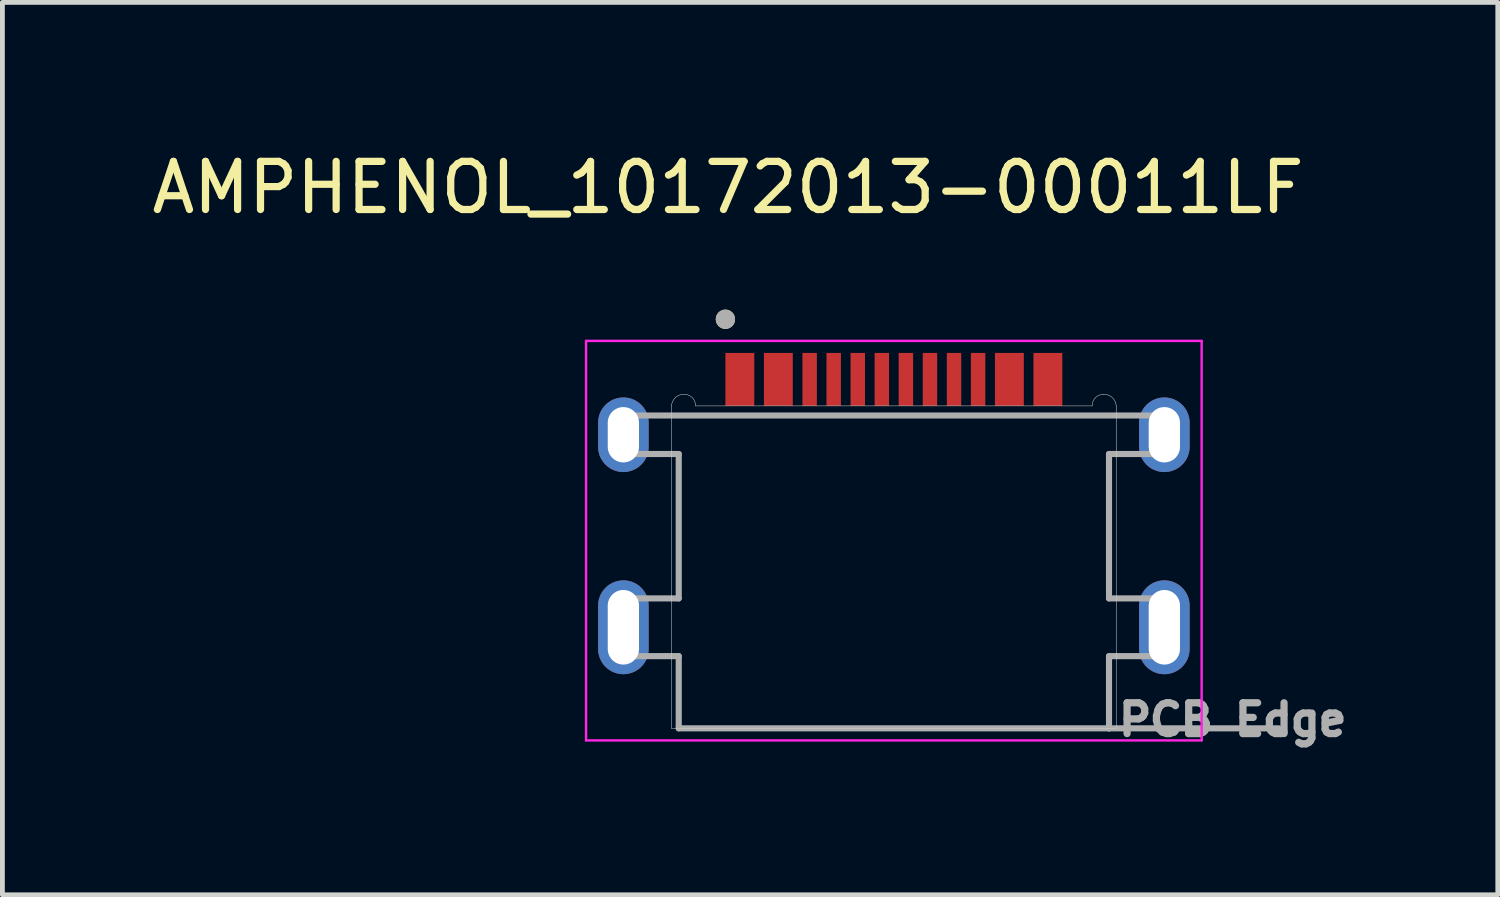
<source format=kicad_pcb>
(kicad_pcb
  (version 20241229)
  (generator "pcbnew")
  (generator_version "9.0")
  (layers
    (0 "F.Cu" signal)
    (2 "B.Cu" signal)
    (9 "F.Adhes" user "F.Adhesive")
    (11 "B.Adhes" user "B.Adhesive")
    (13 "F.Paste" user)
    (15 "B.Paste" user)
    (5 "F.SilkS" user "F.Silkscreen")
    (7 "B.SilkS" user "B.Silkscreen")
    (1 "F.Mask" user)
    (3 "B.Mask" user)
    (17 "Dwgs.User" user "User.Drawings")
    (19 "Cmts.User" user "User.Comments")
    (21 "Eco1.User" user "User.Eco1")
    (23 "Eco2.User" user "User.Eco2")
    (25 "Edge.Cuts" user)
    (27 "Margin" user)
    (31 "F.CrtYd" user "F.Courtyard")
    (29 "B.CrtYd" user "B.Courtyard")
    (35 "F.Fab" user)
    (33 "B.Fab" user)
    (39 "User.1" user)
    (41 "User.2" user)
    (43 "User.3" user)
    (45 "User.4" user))
  (footprint "AMPHENOL_10172013-00011LF"
    (layer "F.Cu")
    (at 15.522 9.983)
    (property "Reference" "AMPHENOL_10172013-00011LF" (at -3.445 -9.135 0) (layer "F.SilkS") (effects (font (size 1 1) (thickness 0.15))))
    (attr smd)
    (fp_circle (center -3.5 -6.4) (end -3.4 -6.4) (stroke (width 0.2) (type solid)) (fill no) (layer "F.SilkS"))
    (fp_line (start -4.62 2.1) (end -4.62 -4.6) (stroke (width 0.01) (type solid)) (layer "Edge.Cuts"))
    (fp_line (start -4.12 -4.6) (end 4.12 -4.6) (stroke (width 0.01) (type solid)) (layer "Edge.Cuts"))
    (fp_line (start 4.62 -4.6) (end 4.62 2.1) (stroke (width 0.01) (type solid)) (layer "Edge.Cuts"))
    (fp_line (start 4.62 2.1) (end -4.62 2.1) (stroke (width 0.01) (type solid)) (layer "Edge.Cuts"))
    (fp_arc (start -4.62 -4.6) (mid -4.534706 -4.775919) (end -4.35 -4.84) (stroke (width 0.01) (type solid)) (layer "Edge.Cuts"))
    (fp_arc (start -4.35 -4.84) (mid -4.185294 -4.767635) (end -4.12 -4.6) (stroke (width 0.01) (type solid)) (layer "Edge.Cuts"))
    (fp_arc (start 4.12 -4.6) (mid 4.185294 -4.767635) (end 4.35 -4.84) (stroke (width 0.01) (type solid)) (layer "Edge.Cuts"))
    (fp_arc (start 4.35 -4.84) (mid 4.534706 -4.775919) (end 4.62 -4.6) (stroke (width 0.01) (type solid)) (layer "Edge.Cuts"))
    (fp_line (start -6.395 -5.95) (end -6.395 2.35) (stroke (width 0.05) (type solid)) (layer "F.CrtYd"))
    (fp_line (start -6.395 2.35) (end 6.395 2.35) (stroke (width 0.05) (type solid)) (layer "F.CrtYd"))
    (fp_line (start 6.395 -5.95) (end -6.395 -5.95) (stroke (width 0.05) (type solid)) (layer "F.CrtYd"))
    (fp_line (start 6.395 2.35) (end 6.395 -5.95) (stroke (width 0.05) (type solid)) (layer "F.CrtYd"))
    (fp_line (start -5.62 -4.4) (end 5.62 -4.4) (stroke (width 0.127) (type solid)) (layer "F.Fab"))
    (fp_line (start -5.62 -3.6) (end -5.62 -4.4) (stroke (width 0.127) (type solid)) (layer "F.Fab"))
    (fp_line (start -5.62 -0.6) (end -4.47 -0.6) (stroke (width 0.127) (type solid)) (layer "F.Fab"))
    (fp_line (start -5.62 0.6) (end -5.62 -0.6) (stroke (width 0.127) (type solid)) (layer "F.Fab"))
    (fp_line (start -4.47 -3.6) (end -5.62 -3.6) (stroke (width 0.127) (type solid)) (layer "F.Fab"))
    (fp_line (start -4.47 -0.6) (end -4.47 -3.6) (stroke (width 0.127) (type solid)) (layer "F.Fab"))
    (fp_line (start -4.47 0.6) (end -5.62 0.6) (stroke (width 0.127) (type solid)) (layer "F.Fab"))
    (fp_line (start -4.47 2.1) (end -4.47 0.6) (stroke (width 0.127) (type solid)) (layer "F.Fab"))
    (fp_line (start -4.47 2.1) (end 4.47 2.1) (stroke (width 0.127) (type solid)) (layer "F.Fab"))
    (fp_line (start 4.47 -3.6) (end 4.47 -0.6) (stroke (width 0.127) (type solid)) (layer "F.Fab"))
    (fp_line (start 4.47 -0.6) (end 5.62 -0.6) (stroke (width 0.127) (type solid)) (layer "F.Fab"))
    (fp_line (start 4.47 0.6) (end 4.47 2.1) (stroke (width 0.127) (type solid)) (layer "F.Fab"))
    (fp_line (start 4.47 2.1) (end 8 2.1) (stroke (width 0.127) (type solid)) (layer "F.Fab"))
    (fp_line (start 5.62 -4.4) (end 5.62 -3.6) (stroke (width 0.127) (type solid)) (layer "F.Fab"))
    (fp_line (start 5.62 -3.6) (end 4.47 -3.6) (stroke (width 0.127) (type solid)) (layer "F.Fab"))
    (fp_line (start 5.62 0.6) (end 4.47 0.6) (stroke (width 0.127) (type solid)) (layer "F.Fab"))
    (fp_circle (center -3.5 -6.4) (end -3.4 -6.4) (stroke (width 0.2) (type solid)) (fill no) (layer "F.Fab"))
    (fp_text user "PCB Edge" (at 7.04 1.92 0) (layer "F.Fab") (effects (font (size 0.64 0.64) (thickness 0.15))))
    (pad "A1_B12" smd rect (at -3.2 -5.15) (size 0.6 1.1) (layers "F.Cu" "F.Mask" "F.Paste"))
    (pad "A4_B9" smd rect (at -2.4 -5.15) (size 0.6 1.1) (layers "F.Cu" "F.Mask" "F.Paste"))
    (pad "A5" smd rect (at -1.25 -5.15) (size 0.3 1.1) (layers "F.Cu" "F.Mask" "F.Paste"))
    (pad "A6" smd rect (at -0.25 -5.15) (size 0.3 1.1) (layers "F.Cu" "F.Mask" "F.Paste"))
    (pad "A7" smd rect (at 0.25 -5.15) (size 0.3 1.1) (layers "F.Cu" "F.Mask" "F.Paste"))
    (pad "A8" smd rect (at 1.25 -5.15) (size 0.3 1.1) (layers "F.Cu" "F.Mask" "F.Paste"))
    (pad "A9_B4" smd rect (at 2.4 -5.15) (size 0.6 1.1) (layers "F.Cu" "F.Mask" "F.Paste"))
    (pad "A12_B1" smd rect (at 3.2 -5.15) (size 0.6 1.1) (layers "F.Cu" "F.Mask" "F.Paste"))
    (pad "B5" smd rect (at 1.75 -5.15) (size 0.3 1.1) (layers "F.Cu" "F.Mask" "F.Paste"))
    (pad "B6" smd rect (at 0.75 -5.15) (size 0.3 1.1) (layers "F.Cu" "F.Mask" "F.Paste"))
    (pad "B7" smd rect (at -0.75 -5.15) (size 0.3 1.1) (layers "F.Cu" "F.Mask" "F.Paste"))
    (pad "B8" smd rect (at -1.75 -5.15) (size 0.3 1.1) (layers "F.Cu" "F.Mask" "F.Paste"))
    (pad "SH1" thru_hole oval (at -5.62 0) (size 1.05 1.95) (drill oval 0.65 1.55) (layers "*.Cu" "*.Mask"))
    (pad "SH2" thru_hole oval (at 5.62 0) (size 1.05 1.95) (drill oval 0.65 1.55) (layers "*.Cu" "*.Mask"))
    (pad "SH3" thru_hole oval (at -5.62 -4) (size 1.05 1.55) (drill oval 0.65 1.15) (layers "*.Cu" "*.Mask"))
    (pad "SH4" thru_hole oval (at 5.62 -4) (size 1.05 1.55) (drill oval 0.65 1.15) (layers "*.Cu" "*.Mask")))
  (gr_rect
    (start -3 -3)
    (end 28.07 15.541)
    (stroke (width 0.1) (type default))
    (fill no)
    (layer "Edge.Cuts")))
</source>
